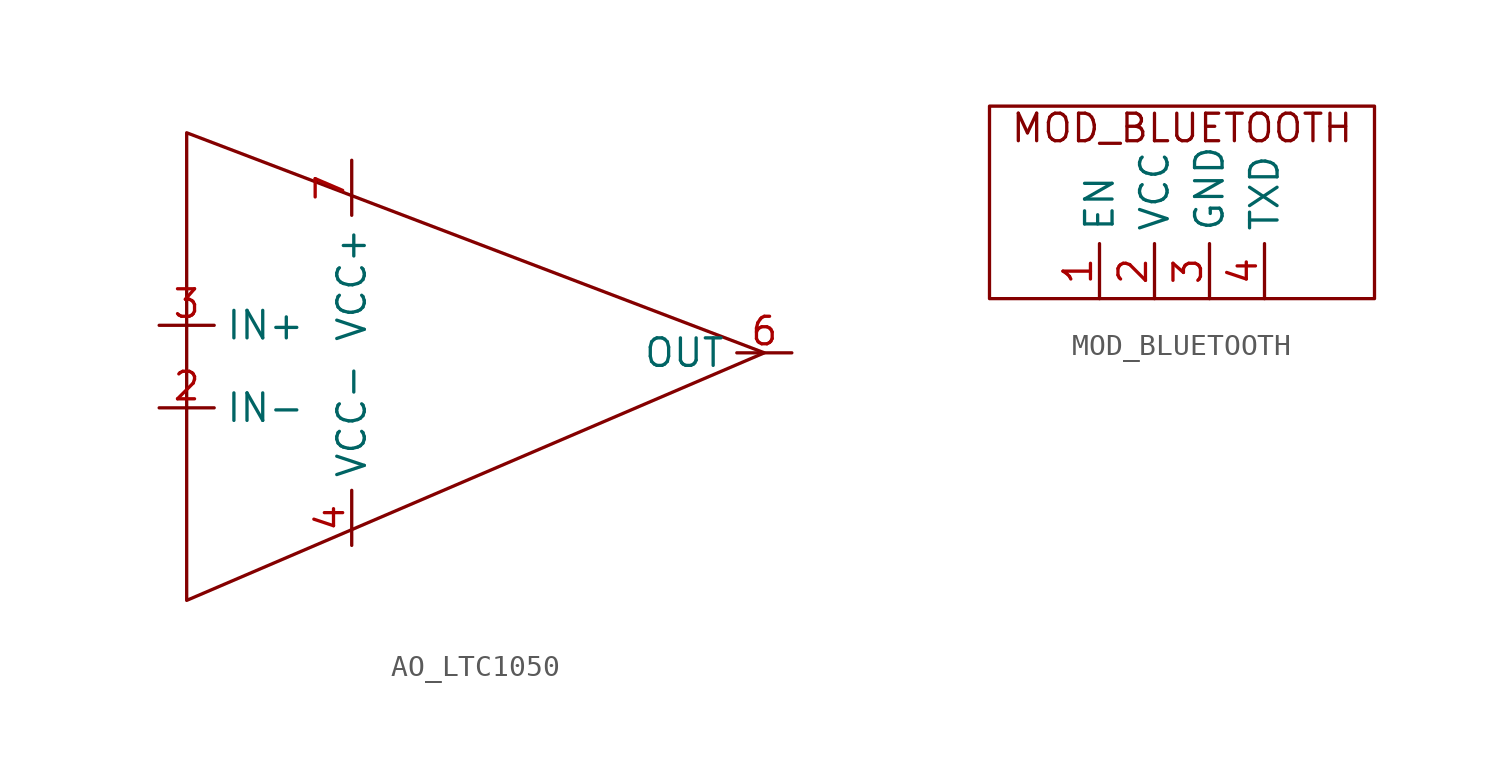
<source format=kicad_sym>
(kicad_symbol_lib
  (version 20241209)
  (generator "kicad_symbol_editor")
  (generator_version "9.0")
  (symbol "AO_LTC1050"
    (property "Reference" "U"
      (at 0 0 0)
      (effects (font (size 1.27 1.27)) (hide yes)))
    (property "Value" ""
      (at 0 0 0)
      (effects (font (size 1.27 1.27))))
    (symbol "AO_LTC1050_0_1"
      (polyline (pts (xy 0 10.16) (xy 0 -11.43) (xy 26.67 0) (xy 0 10.16)) (stroke (width 0) (type default)) (fill (type none))))
    (symbol "AO_LTC1050_1_1"
      (pin input line (at -1.27 1.27 0) (length 2.54) (name "IN+" (effects (font (size 1.27 1.27)))) (number "3" (effects (font (size 1.27 1.27)))))
      (pin input line (at -1.27 -2.54 0) (length 2.54) (name "IN-" (effects (font (size 1.27 1.27)))) (number "2" (effects (font (size 1.27 1.27)))))
      (pin input line (at 7.62 8.89 270) (length 2.54) (name "VCC+" (effects (font (size 1.27 1.27)))) (number "7" (effects (font (size 1.27 1.27)))))
      (pin input line (at 7.62 -8.89 90) (length 2.54) (name "VCC-" (effects (font (size 1.27 1.27)))) (number "4" (effects (font (size 1.27 1.27)))))
      (pin output line (at 27.94 0 180) (length 2.54) (name "OUT" (effects (font (size 1.27 1.27)))) (number "6" (effects (font (size 1.27 1.27)))))))
  (symbol "MOD_BLUETOOTH"
    (property "Reference" "U"
      (at 0 0 0)
      (effects (font (size 1.27 1.27)) (hide yes)))
    (property "Value" ""
      (at 0 0 0)
      (effects (font (size 1.27 1.27))))
    (symbol "MOD_BLUETOOTH_0_1"
      (rectangle (start -7.62 8.89) (end 10.16 0) (stroke (width 0) (type default)) (fill (type none))))
    (symbol "MOD_BLUETOOTH_1_1"
      (text "MOD_BLUETOOTH" (at 1.27 7.874 0) (effects (font (size 1.27 1.27))))
      (pin input line (at -2.54 0 90) (length 2.54) (name "EN" (effects (font (size 1.27 1.27)))) (number "1" (effects (font (size 1.27 1.27)))))
      (pin input line (at 0 0 90) (length 2.54) (name "VCC" (effects (font (size 1.27 1.27)))) (number "2" (effects (font (size 1.27 1.27)))))
      (pin input line (at 2.54 0 90) (length 2.54) (name "GND" (effects (font (size 1.27 1.27)))) (number "3" (effects (font (size 1.27 1.27)))))
      (pin output line (at 5.08 0 90) (length 2.54) (name "TXD" (effects (font (size 1.27 1.27)))) (number "4" (effects (font (size 1.27 1.27))))))))
</source>
